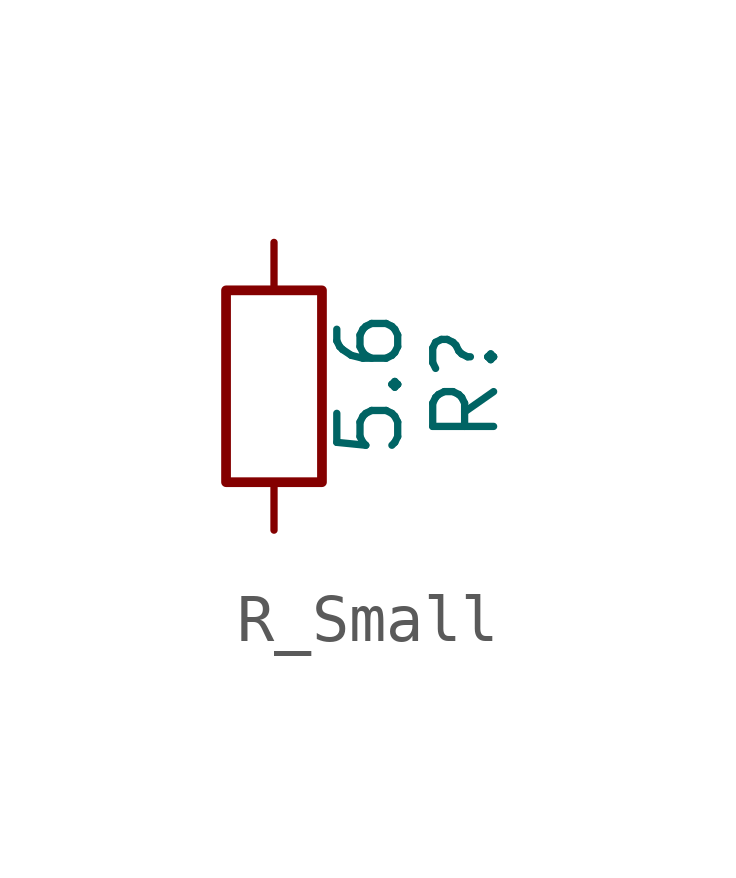
<source format=kicad_sym>
(kicad_symbol_lib
  (version 20220914)
  (generator kicad_symbol_editor)
  (symbol "R_Small"
    (pin_numbers hide)
    (pin_names
      (offset 0.254) hide)
    (property "Reference" "R"
      (at 4 0.04 90)
      (effects (font (size 1.27 1.27))))
    (property "Value" "5.6"
      (at 2 0.04 90)
      (effects (font (size 1.27 1.27))))
    (symbol "R_Small_0_1"
      (rectangle (start -1 2) (end 1 -2) (stroke (width 0.203) (type default)) (fill (type none))))
    (symbol "R_Small_1_1"
      (pin passive line (at 0 3 270) (length 1) (name "~" (effects (font (size 1.5 1.5)))) (number "1" (effects (font (size 1.5 1.5)))))
      (pin passive line (at 0 -3 90) (length 1) (name "~" (effects (font (size 1.5 1.5)))) (number "2" (effects (font (size 1.5 1.5))))))))
</source>
